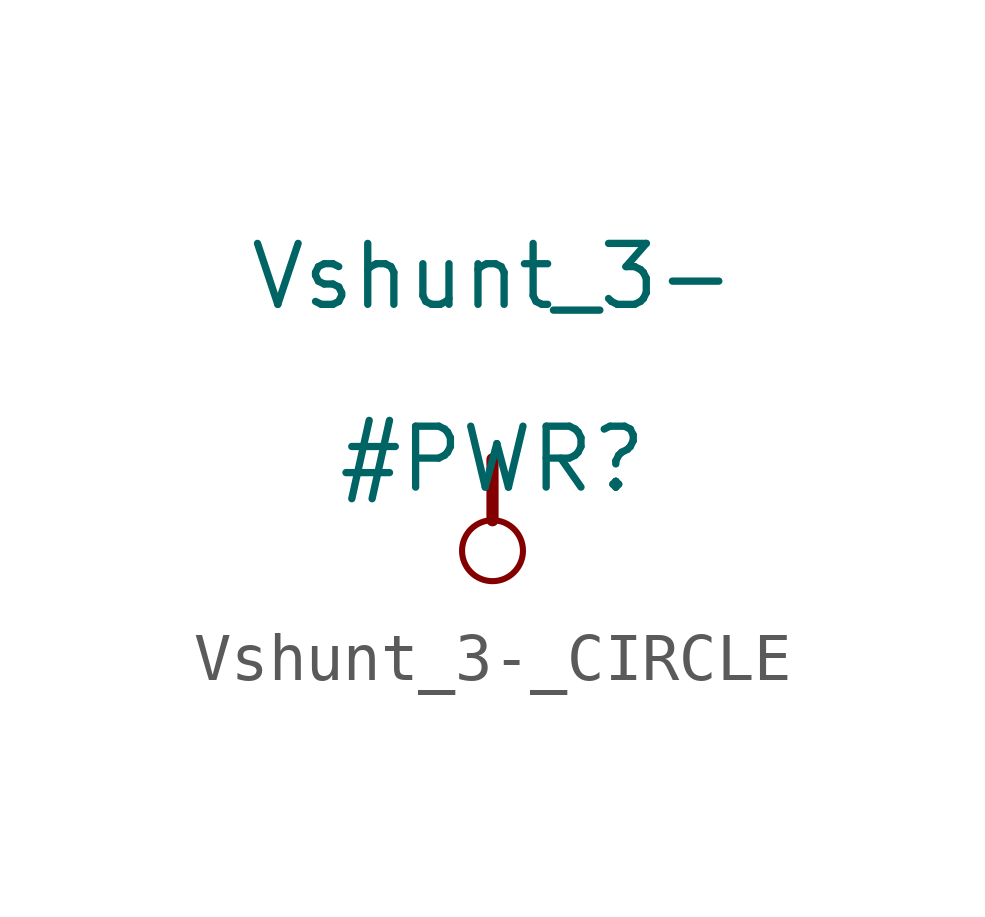
<source format=kicad_sym>
(kicad_symbol_lib
  (version 20231120)
  (generator "kicad_symbol_editor")
  (generator_version "8.0")
  (symbol "Vshunt_3-_CIRCLE"
    (power)
    (property "Reference" "#PWR"
      (at 0 0 0)
      (effects (font (size 1.27 1.27))))
    (property "Value" "Vshunt_3-"
      (at 0 3.81 0)
      (effects (font (size 1.27 1.27))))
    (symbol "Vshunt_3-_CIRCLE_0_0"
      (circle (center 0 -1.905) (radius 0.635) (stroke (width 0.127) (type solid)) (fill (type none)))
      (polyline (pts (xy 0 0) (xy 0 -1.27)) (stroke (width 0.254) (type solid)) (fill (type none)))
      (pin power_in line (at 0 0 0) (length 0) hide (name "Vshunt_3-" (effects (font (size 1.27 1.27)))) (number "" (effects (font (size 1.27 1.27))))))))
</source>
